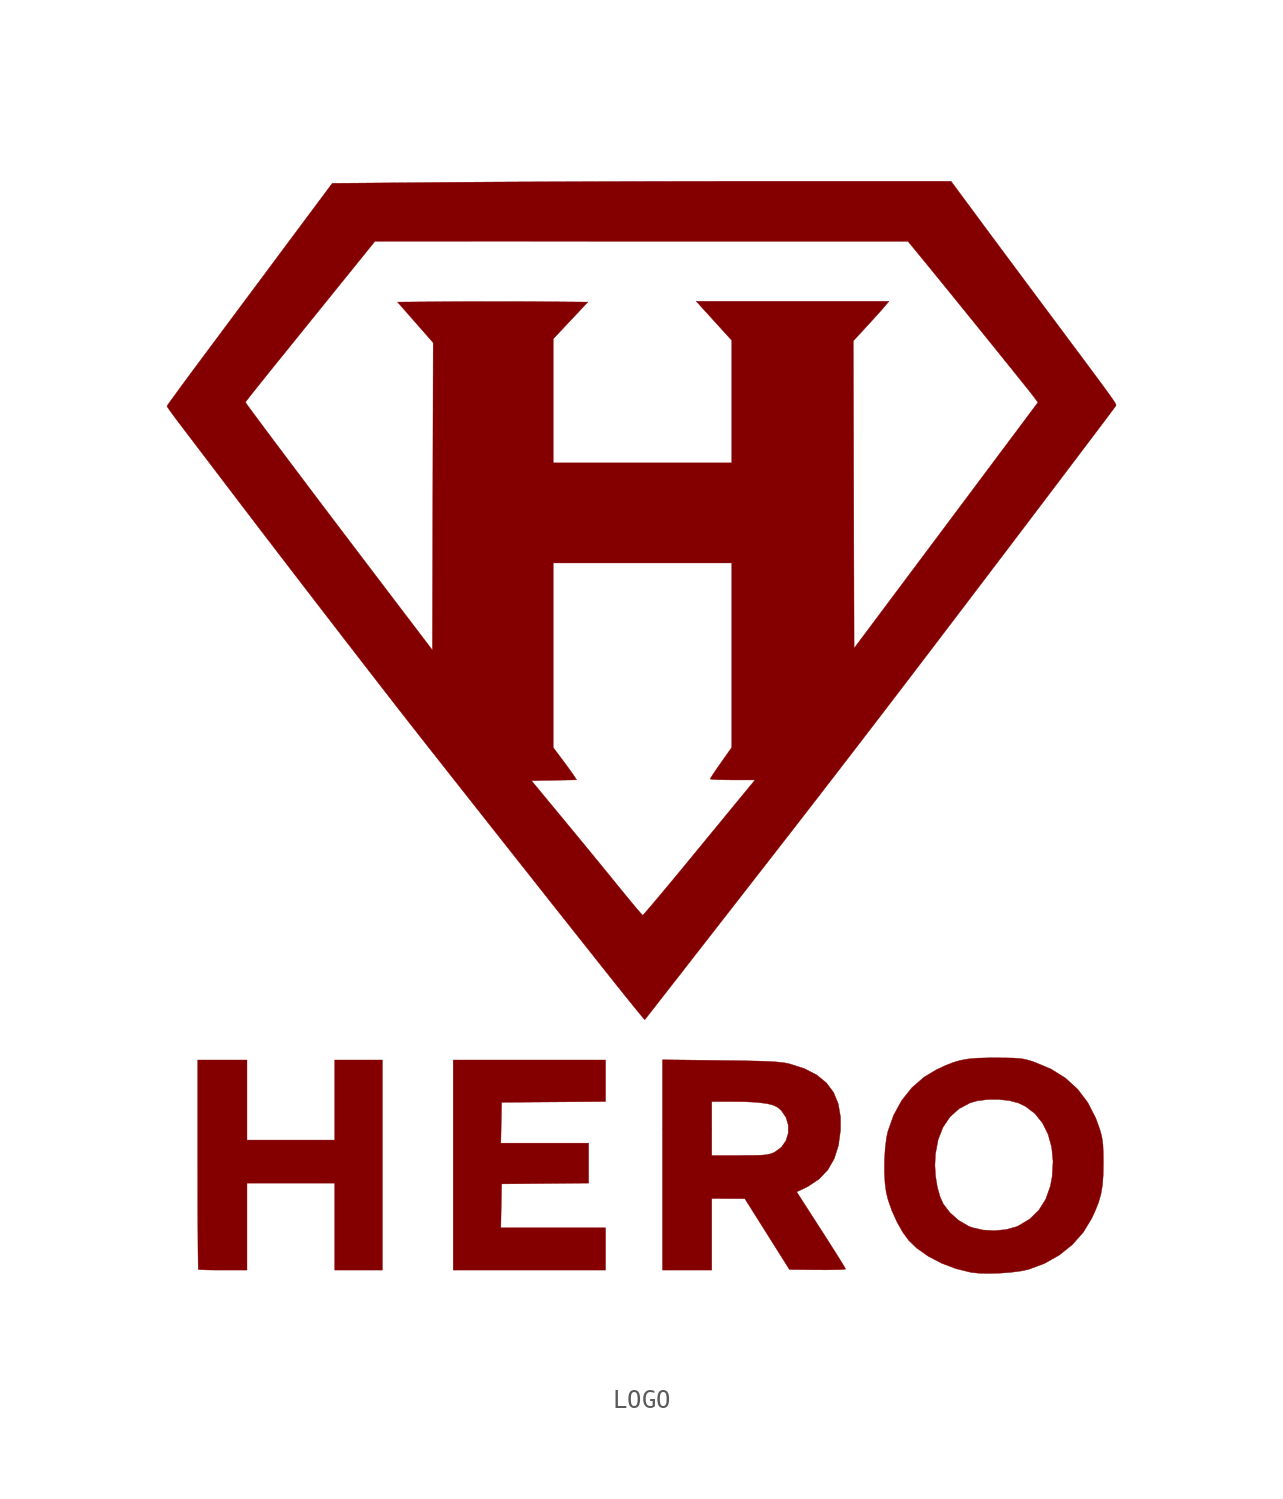
<source format=kicad_sym>
(kicad_symbol_lib
  (version 20220914)
  (generator "bitmap2component")
  (generator_version "9.0")
  (symbol "LOGO"
    (pin_names
      (offset 1.016))
    (property "Reference" "#G"
      (at 0 42.714 0)
      (effects (font (size 1.27 1.27)) hide))
    (symbol "LOGO_0_0"
      (polyline (pts (xy 19.677 -30.522) (xy 20.277 -30.476) (xy 20.82 -30.405) (xy 21.25 -30.313) (xy 22.106 -29.994) (xy 22.926 -29.533) (xy 23.645 -28.957) (xy 24.245 -28.281) (xy 24.71 -27.517) (xy 24.891 -27.13) (xy 25.086 -26.644) (xy 25.22 -26.183) (xy 25.303 -25.699) (xy 25.345 -25.144) (xy 25.357 -24.469) (xy 25.356 -24.328) (xy 25.35 -23.84) (xy 25.332 -23.468) (xy 25.297 -23.167) (xy 25.241 -22.894) (xy 25.159 -22.606) (xy 24.936 -21.991) (xy 24.497 -21.134) (xy 23.941 -20.401) (xy 23.267 -19.787) (xy 22.47 -19.289) (xy 21.548 -18.904) (xy 21.425 -18.863) (xy 21.179 -18.79) (xy 20.948 -18.739) (xy 20.694 -18.705) (xy 20.381 -18.686) (xy 19.972 -18.677) (xy 19.431 -18.674) (xy 19.02 -18.675) (xy 18.421 -18.692) (xy 17.926 -18.735) (xy 17.494 -18.812) (xy 17.085 -18.931) (xy 16.658 -19.1) (xy 16.171 -19.328) (xy 15.495 -19.733) (xy 14.826 -20.314) (xy 14.264 -21.016) (xy 13.818 -21.827) (xy 13.497 -22.733) (xy 13.424 -23.078) (xy 13.353 -23.652) (xy 13.314 -24.295) (xy 13.313 -24.586) (xy 16.088 -24.586) (xy 16.118 -23.965) (xy 16.265 -23.177) (xy 16.533 -22.495) (xy 16.916 -21.927) (xy 17.412 -21.479) (xy 18.017 -21.157) (xy 18.396 -21.046) (xy 18.972 -20.969) (xy 19.59 -20.964) (xy 20.186 -21.03) (xy 20.698 -21.167) (xy 21.088 -21.357) (xy 21.598 -21.752) (xy 22.009 -22.267) (xy 22.316 -22.887) (xy 22.511 -23.596) (xy 22.587 -24.378) (xy 22.537 -25.218) (xy 22.44 -25.731) (xy 22.185 -26.451) (xy 21.805 -27.056) (xy 21.301 -27.547) (xy 20.674 -27.922) (xy 20.566 -27.968) (xy 19.999 -28.124) (xy 19.364 -28.185) (xy 18.722 -28.148) (xy 18.134 -28.012) (xy 17.939 -27.935) (xy 17.399 -27.62) (xy 16.917 -27.198) (xy 16.548 -26.712) (xy 16.37 -26.316) (xy 16.222 -25.786) (xy 16.124 -25.192) (xy 16.088 -24.586) (xy 13.313 -24.586) (xy 13.31 -24.951) (xy 13.342 -25.566) (xy 13.411 -26.084) (xy 13.509 -26.48) (xy 13.725 -27.096) (xy 14.004 -27.711) (xy 14.32 -28.271) (xy 14.647 -28.719) (xy 15.087 -29.145) (xy 15.718 -29.591) (xy 16.45 -29.974) (xy 17.248 -30.277) (xy 18.076 -30.48) (xy 18.085 -30.482) (xy 18.526 -30.528) (xy 19.075 -30.54) (xy 19.677 -30.522)) (stroke (width 0.01) (type default)) (fill (type outline)))
      (polyline (pts (xy -21.759 -27.961) (xy -21.759 -25.569) (xy -19.346 -25.569) (xy -16.933 -25.569) (xy -16.933 -27.961) (xy -16.933 -30.353) (xy -15.621 -30.353) (xy -14.309 -30.353) (xy -14.309 -24.575) (xy -14.309 -18.796) (xy -15.621 -18.796) (xy -16.933 -18.796) (xy -16.933 -20.997) (xy -16.933 -23.199) (xy -19.346 -23.199) (xy -21.759 -23.199) (xy -21.759 -20.997) (xy -21.759 -18.796) (xy -23.114 -18.796) (xy -24.469 -18.796) (xy -24.469 -24.539) (xy -24.468 -25.091) (xy -24.468 -26.034) (xy -24.465 -26.92) (xy -24.463 -27.733) (xy -24.459 -28.46) (xy -24.455 -29.087) (xy -24.45 -29.6) (xy -24.445 -29.985) (xy -24.439 -30.229) (xy -24.433 -30.318) (xy -24.399 -30.325) (xy -24.223 -30.336) (xy -23.925 -30.345) (xy -23.533 -30.351) (xy -23.079 -30.353) (xy -21.759 -30.353) (xy -21.759 -27.961)) (stroke (width 0.01) (type default)) (fill (type outline)))
      (polyline (pts (xy -2.032 -29.189) (xy -2.032 -28.025) (xy -4.913 -28.025) (xy -7.794 -28.025) (xy -7.771 -26.818) (xy -7.747 -25.612) (xy -5.355 -25.589) (xy -2.963 -25.567) (xy -2.963 -24.467) (xy -2.963 -23.368) (xy -5.379 -23.368) (xy -7.794 -23.368) (xy -7.771 -22.246) (xy -7.747 -21.124) (xy -4.889 -21.102) (xy -2.032 -21.08) (xy -2.032 -19.938) (xy -2.032 -18.796) (xy -6.223 -18.796) (xy -10.414 -18.796) (xy -10.414 -24.575) (xy -10.414 -30.353) (xy -6.223 -30.353) (xy -2.032 -30.353) (xy -2.032 -29.189)) (stroke (width 0.01) (type default)) (fill (type outline)))
      (polyline (pts (xy 3.81 -28.384) (xy 3.81 -26.416) (xy 4.72 -26.42) (xy 5.63 -26.424) (xy 6.858 -28.374) (xy 8.086 -30.323) (xy 9.631 -30.338) (xy 10.104 -30.34) (xy 10.534 -30.336) (xy 10.873 -30.326) (xy 11.096 -30.312) (xy 11.176 -30.295) (xy 11.172 -30.285) (xy 11.104 -30.164) (xy 10.958 -29.924) (xy 10.746 -29.584) (xy 10.48 -29.162) (xy 10.171 -28.675) (xy 9.829 -28.143) (xy 8.483 -26.049) (xy 8.961 -25.823) (xy 9.114 -25.746) (xy 9.719 -25.343) (xy 10.197 -24.838) (xy 10.55 -24.224) (xy 10.781 -23.496) (xy 10.896 -22.648) (xy 10.894 -21.929) (xy 10.77 -21.204) (xy 10.513 -20.581) (xy 10.119 -20.053) (xy 9.586 -19.617) (xy 8.909 -19.269) (xy 8.086 -19.005) (xy 7.992 -18.983) (xy 7.796 -18.946) (xy 7.562 -18.917) (xy 7.27 -18.892) (xy 6.902 -18.872) (xy 6.44 -18.856) (xy 5.864 -18.842) (xy 5.155 -18.83) (xy 4.297 -18.819) (xy 1.101 -18.782) (xy 1.101 -22.564) (xy 3.81 -22.564) (xy 3.81 -21.082) (xy 5.016 -21.082) (xy 5.632 -21.09) (xy 6.3 -21.125) (xy 6.818 -21.188) (xy 7.197 -21.28) (xy 7.445 -21.404) (xy 7.643 -21.581) (xy 7.897 -21.957) (xy 8.022 -22.379) (xy 8.021 -22.814) (xy 7.896 -23.227) (xy 7.65 -23.585) (xy 7.285 -23.855) (xy 7.169 -23.91) (xy 7.024 -23.963) (xy 6.856 -24) (xy 6.634 -24.024) (xy 6.33 -24.038) (xy 5.914 -24.044) (xy 5.358 -24.045) (xy 3.81 -24.045) (xy 3.81 -22.564) (xy 1.101 -22.564) (xy 1.101 -24.567) (xy 1.101 -30.353) (xy 2.455 -30.353) (xy 3.81 -30.353) (xy 3.81 -28.384)) (stroke (width 0.01) (type default)) (fill (type outline)))
      (polyline (pts (xy 0.14 -16.561) (xy 0.244 -16.429) (xy 0.448 -16.169) (xy 0.748 -15.786) (xy 1.141 -15.281) (xy 1.624 -14.662) (xy 2.195 -13.93) (xy 2.849 -13.089) (xy 3.585 -12.145) (xy 4.398 -11.101) (xy 5.286 -9.961) (xy 6.245 -8.729) (xy 7.273 -7.408) (xy 7.381 -7.27) (xy 8.217 -6.195) (xy 9.05 -5.12) (xy 9.889 -4.036) (xy 10.74 -2.933) (xy 11.612 -1.8) (xy 12.511 -0.629) (xy 13.445 0.59) (xy 14.422 1.867) (xy 15.448 3.212) (xy 16.531 4.634) (xy 17.679 6.144) (xy 18.899 7.75) (xy 20.199 9.462) (xy 21.585 11.291) (xy 23.065 13.245) (xy 23.459 13.765) (xy 23.974 14.446) (xy 24.453 15.08) (xy 24.885 15.652) (xy 25.262 16.152) (xy 25.574 16.567) (xy 25.812 16.884) (xy 25.966 17.091) (xy 26.027 17.175) (xy 26.029 17.178) (xy 26.043 17.197) (xy 26.053 17.218) (xy 26.051 17.25) (xy 26.03 17.302) (xy 25.983 17.384) (xy 25.904 17.505) (xy 25.786 17.676) (xy 25.622 17.906) (xy 25.404 18.204) (xy 25.127 18.581) (xy 24.783 19.045) (xy 24.366 19.606) (xy 23.868 20.275) (xy 23.282 21.06) (xy 22.603 21.971) (xy 22.48 22.136) (xy 21.892 22.925) (xy 21.293 23.729) (xy 20.7 24.526) (xy 20.127 25.296) (xy 19.592 26.016) (xy 19.109 26.665) (xy 18.696 27.222) (xy 18.369 27.665) (xy 16.976 29.549) (xy 6.809 29.549) (xy 5.728 29.548) (xy 4.205 29.547) (xy 2.631 29.545) (xy 1.027 29.542) (xy -0.584 29.538) (xy -2.18 29.533) (xy -3.74 29.527) (xy -5.241 29.521) (xy -6.66 29.515) (xy -7.977 29.508) (xy -9.169 29.5) (xy -10.213 29.493) (xy -17.067 29.436) (xy -19.753 25.831) (xy -20.217 25.208) (xy -20.84 24.37) (xy -21.484 23.506) (xy -22.128 22.641) (xy -22.752 21.804) (xy -23.335 21.021) (xy -23.857 20.32) (xy -24.299 19.727) (xy -24.314 19.706) (xy -24.736 19.138) (xy -25.125 18.613) (xy -25.467 18.147) (xy -25.753 17.755) (xy -25.972 17.452) (xy -26.016 17.39) (xy -21.844 17.39) (xy -21.831 17.411) (xy -21.73 17.544) (xy -21.543 17.785) (xy -21.28 18.116) (xy -20.956 18.523) (xy -20.582 18.989) (xy -20.172 19.497) (xy -20.077 19.615) (xy -19.566 20.247) (xy -18.987 20.963) (xy -18.37 21.727) (xy -17.748 22.497) (xy -17.15 23.237) (xy -16.609 23.907) (xy -14.718 26.247) (xy -0.057 26.245) (xy 14.605 26.244) (xy 15.494 25.161) (xy 15.828 24.753) (xy 16.232 24.257) (xy 16.684 23.702) (xy 17.172 23.101) (xy 17.685 22.468) (xy 18.21 21.82) (xy 18.735 21.171) (xy 19.249 20.535) (xy 19.739 19.927) (xy 20.194 19.362) (xy 20.602 18.855) (xy 20.951 18.42) (xy 21.229 18.073) (xy 21.423 17.827) (xy 21.523 17.698) (xy 21.756 17.381) (xy 16.699 10.619) (xy 11.642 3.857) (xy 11.62 12.311) (xy 11.598 20.765) (xy 12.34 21.569) (xy 12.344 21.574) (xy 12.65 21.907) (xy 12.935 22.223) (xy 13.169 22.485) (xy 13.32 22.659) (xy 13.559 22.945) (xy 8.258 22.945) (xy 2.957 22.945) (xy 3.934 21.87) (xy 4.911 20.795) (xy 4.911 17.425) (xy 4.911 14.055) (xy 0 14.055) (xy -4.911 14.055) (xy -4.911 17.465) (xy -4.911 20.876) (xy -3.959 21.889) (xy -3.007 22.902) (xy -5.604 22.925) (xy -6.193 22.929) (xy -7.102 22.933) (xy -8.08 22.934) (xy -9.067 22.933) (xy -10.006 22.93) (xy -10.838 22.925) (xy -13.476 22.902) (xy -12.495 21.785) (xy -11.514 20.667) (xy -11.535 12.211) (xy -11.557 3.755) (xy -12.742 5.313) (xy -13.53 6.349) (xy -14.287 7.345) (xy -14.962 8.233) (xy -15.566 9.029) (xy -16.11 9.746) (xy -16.605 10.399) (xy -17.062 11.002) (xy -17.491 11.569) (xy -17.903 12.114) (xy -18.31 12.653) (xy -18.721 13.199) (xy -19.148 13.767) (xy -19.602 14.37) (xy -19.934 14.813) (xy -20.379 15.406) (xy -20.784 15.948) (xy -21.138 16.424) (xy -21.431 16.82) (xy -21.654 17.122) (xy -21.795 17.317) (xy -21.844 17.39) (xy -26.016 17.39) (xy -26.111 17.254) (xy -26.161 17.176) (xy -26.157 17.166) (xy -26.083 17.05) (xy -25.93 16.833) (xy -25.717 16.542) (xy -25.461 16.203) (xy -25.317 16.014) (xy -25.05 15.663) (xy -24.706 15.21) (xy -24.298 14.674) (xy -23.84 14.073) (xy -23.348 13.425) (xy -22.834 12.75) (xy -22.313 12.065) (xy -21.532 11.04) (xy -20.623 9.851) (xy -19.645 8.575) (xy -18.617 7.237) (xy -17.559 5.861) (xy -16.488 4.472) (xy -15.422 3.094) (xy -14.382 1.75) (xy -13.384 0.466) (xy -13.175 0.197) (xy -12.831 -0.242) (xy -12.4 -0.792) (xy -11.891 -1.439) (xy -11.314 -2.172) (xy -10.678 -2.978) (xy -10.323 -3.429) (xy -6.107 -3.429) (xy -4.866 -3.405) (xy -3.624 -3.382) (xy -3.774 -3.151) (xy -3.82 -3.083) (xy -3.974 -2.864) (xy -4.184 -2.576) (xy -4.417 -2.262) (xy -4.911 -1.604) (xy -4.911 3.474) (xy -4.911 8.551) (xy 0 8.551) (xy 4.911 8.551) (xy 4.911 3.477) (xy 4.911 -1.598) (xy 4.318 -2.438) (xy 4.311 -2.448) (xy 4.083 -2.775) (xy 3.897 -3.05) (xy 3.771 -3.246) (xy 3.725 -3.332) (xy 3.741 -3.341) (xy 3.885 -3.359) (xy 4.156 -3.373) (xy 4.524 -3.383) (xy 4.959 -3.387) (xy 6.192 -3.387) (xy 5.615 -4.088) (xy 5.504 -4.223) (xy 5.262 -4.516) (xy 4.937 -4.912) (xy 4.543 -5.392) (xy 4.093 -5.939) (xy 3.601 -6.536) (xy 3.083 -7.167) (xy 2.552 -7.813) (xy 2.097 -8.365) (xy 1.619 -8.943) (xy 1.182 -9.467) (xy 0.799 -9.925) (xy 0.479 -10.303) (xy 0.234 -10.589) (xy 0.075 -10.769) (xy 0.012 -10.831) (xy -0.021 -10.802) (xy -0.149 -10.66) (xy -0.357 -10.416) (xy -0.631 -10.089) (xy -0.954 -9.696) (xy -1.312 -9.256) (xy -1.339 -9.223) (xy -1.74 -8.73) (xy -2.219 -8.143) (xy -2.748 -7.498) (xy -3.297 -6.829) (xy -3.839 -6.171) (xy -4.345 -5.558) (xy -6.107 -3.429) (xy -10.323 -3.429) (xy -9.994 -3.846) (xy -9.271 -4.763) (xy -8.519 -5.715) (xy -7.747 -6.692) (xy -6.966 -7.681) (xy -6.185 -8.67) (xy -5.413 -9.646) (xy -4.661 -10.597) (xy -3.938 -11.51) (xy -3.253 -12.374) (xy -2.617 -13.176) (xy -2.04 -13.904) (xy -1.53 -14.545) (xy -1.335 -14.79) (xy -0.946 -15.276) (xy -0.598 -15.707) (xy -0.304 -16.069) (xy -0.076 -16.345) (xy 0.072 -16.52) (xy 0.128 -16.577) (xy 0.14 -16.561)) (stroke (width 0.01) (type default)) (fill (type outline))))))
</source>
